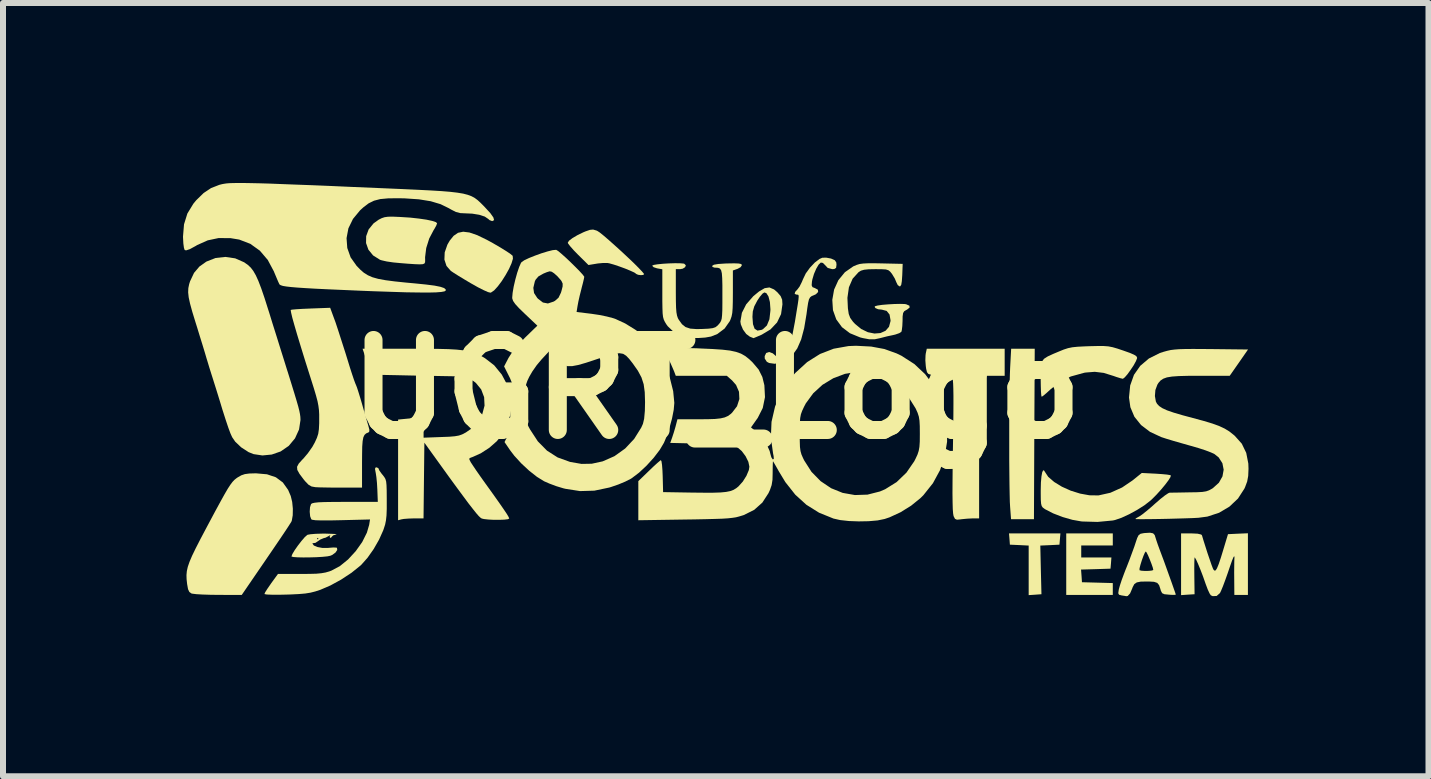
<source format=kicad_pcb>
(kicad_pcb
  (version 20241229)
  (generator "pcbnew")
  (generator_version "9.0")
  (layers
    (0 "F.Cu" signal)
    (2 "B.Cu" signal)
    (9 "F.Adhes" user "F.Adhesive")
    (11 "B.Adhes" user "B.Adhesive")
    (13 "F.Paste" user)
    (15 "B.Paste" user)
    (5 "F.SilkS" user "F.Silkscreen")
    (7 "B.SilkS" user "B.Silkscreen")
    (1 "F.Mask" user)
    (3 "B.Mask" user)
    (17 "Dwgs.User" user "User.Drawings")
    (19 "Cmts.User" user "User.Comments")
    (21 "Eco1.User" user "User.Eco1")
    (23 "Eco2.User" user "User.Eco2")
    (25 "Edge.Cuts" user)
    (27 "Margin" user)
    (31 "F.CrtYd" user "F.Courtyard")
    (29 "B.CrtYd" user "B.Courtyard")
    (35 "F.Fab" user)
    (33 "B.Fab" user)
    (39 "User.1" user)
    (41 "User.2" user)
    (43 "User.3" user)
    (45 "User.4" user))
  (footprint "UGRT_Logo"
    (layer "F.Cu")
    (at 8.89 3.438)
    (property "Reference" "UGRT_Logo" (at 0 0 0) (layer "F.SilkS") (effects (font (size 1.5 1.5) (thickness 0.3))))
    (attr board_only exclude_from_pos_files exclude_from_bom)
    (fp_poly (pts (xy 5.726 2.496) (xy 5.718 2.59) (xy 5.559 2.598) (xy 5.399 2.605) (xy 5.408 3.01) (xy 5.418 3.416) (xy 5.311 3.424) (xy 5.205 3.431) (xy 5.205 3.018) (xy 5.205 2.605) (xy 5.049 2.597) (xy 4.892 2.59) (xy 4.885 2.496) (xy 4.877 2.402) (xy 5.305 2.402) (xy 5.734 2.402)) (stroke (width 0) (type solid)) (fill yes) (layer "F.SilkS"))
    (fp_poly (pts (xy 5.299 0.744) (xy 5.293 2.165) (xy 5.102 2.165) (xy 4.911 2.165) (xy 4.896 1.964) (xy 4.891 1.879) (xy 4.888 1.751) (xy 4.885 1.588) (xy 4.883 1.397) (xy 4.881 1.186) (xy 4.881 0.961) (xy 4.881 0.73) (xy 4.881 0.5) (xy 4.883 0.28) (xy 4.885 0.076) (xy 4.888 -0.105) (xy 4.892 -0.255) (xy 4.896 -0.357) (xy 4.913 -0.676) (xy 5.109 -0.676) (xy 5.306 -0.676)) (stroke (width 0) (type solid)) (fill yes) (layer "F.SilkS"))
    (fp_poly (pts (xy 6.607 2.502) (xy 6.607 2.603) (xy 6.344 2.603) (xy 6.081 2.603) (xy 6.081 2.703) (xy 6.081 2.803) (xy 6.333 2.803) (xy 6.584 2.803) (xy 6.577 2.897) (xy 6.569 2.99) (xy 6.324 2.998) (xy 6.078 3.005) (xy 6.086 3.11) (xy 6.093 3.216) (xy 6.35 3.223) (xy 6.607 3.23) (xy 6.607 3.329) (xy 6.607 3.428) (xy 6.219 3.428) (xy 5.831 3.428) (xy 5.831 2.915) (xy 5.831 2.402) (xy 6.219 2.402) (xy 6.607 2.402)) (stroke (width 0) (type solid)) (fill yes) (layer "F.SilkS"))
    (fp_poly (pts (xy -4.116 -2.613) (xy -3.987 -2.569) (xy -3.828 -2.492) (xy -3.727 -2.437) (xy -3.614 -2.371) (xy -3.516 -2.311) (xy -3.441 -2.262) (xy -3.4 -2.229) (xy -3.395 -2.223) (xy -3.391 -2.176) (xy -3.414 -2.1) (xy -3.456 -2.006) (xy -3.513 -1.904) (xy -3.577 -1.803) (xy -3.643 -1.715) (xy -3.704 -1.648) (xy -3.755 -1.613) (xy -3.767 -1.61) (xy -3.807 -1.62) (xy -3.879 -1.652) (xy -3.974 -1.7) (xy -4.08 -1.76) (xy -4.081 -1.76) (xy -4.192 -1.826) (xy -4.295 -1.888) (xy -4.377 -1.94) (xy -4.425 -1.972) (xy -4.498 -2.055) (xy -4.533 -2.161) (xy -4.528 -2.282) (xy -4.483 -2.411) (xy -4.444 -2.478) (xy -4.379 -2.558) (xy -4.306 -2.608) (xy -4.22 -2.626)) (stroke (width 0) (type solid)) (fill yes) (layer "F.SilkS"))
    (fp_poly (pts (xy -5.276 -2.872) (xy -5.258 -2.871) (xy -5.102 -2.861) (xy -4.958 -2.845) (xy -4.833 -2.827) (xy -4.736 -2.806) (xy -4.674 -2.785) (xy -4.655 -2.767) (xy -4.668 -2.73) (xy -4.7 -2.672) (xy -4.713 -2.652) (xy -4.786 -2.513) (xy -4.836 -2.354) (xy -4.855 -2.202) (xy -4.855 -2.198) (xy -4.854 -2.151) (xy -4.855 -2.118) (xy -4.866 -2.096) (xy -4.893 -2.085) (xy -4.944 -2.082) (xy -5.026 -2.085) (xy -5.145 -2.093) (xy -5.268 -2.103) (xy -5.385 -2.114) (xy -5.494 -2.13) (xy -5.577 -2.149) (xy -5.606 -2.158) (xy -5.722 -2.231) (xy -5.8 -2.327) (xy -5.839 -2.437) (xy -5.837 -2.552) (xy -5.796 -2.664) (xy -5.714 -2.765) (xy -5.629 -2.826) (xy -5.578 -2.852) (xy -5.53 -2.868) (xy -5.472 -2.876) (xy -5.392 -2.877)) (stroke (width 0) (type solid)) (fill yes) (layer "F.SilkS"))
    (fp_poly (pts (xy -1.999 -2.646) (xy -1.982 -2.638) (xy -1.944 -2.613) (xy -1.878 -2.56) (xy -1.791 -2.485) (xy -1.691 -2.396) (xy -1.584 -2.299) (xy -1.478 -2.2) (xy -1.38 -2.107) (xy -1.298 -2.025) (xy -1.238 -1.962) (xy -1.207 -1.924) (xy -1.205 -1.921) (xy -1.218 -1.906) (xy -1.257 -1.902) (xy -1.304 -1.908) (xy -1.336 -1.922) (xy -1.338 -1.925) (xy -1.368 -1.946) (xy -1.434 -1.976) (xy -1.521 -2.012) (xy -1.617 -2.047) (xy -1.709 -2.078) (xy -1.784 -2.099) (xy -1.817 -2.105) (xy -1.886 -2.105) (xy -1.975 -2.097) (xy -2.011 -2.091) (xy -2.132 -2.071) (xy -2.305 -2.242) (xy -2.379 -2.318) (xy -2.437 -2.384) (xy -2.471 -2.429) (xy -2.477 -2.443) (xy -2.456 -2.476) (xy -2.398 -2.52) (xy -2.315 -2.569) (xy -2.216 -2.617) (xy -2.18 -2.632) (xy -2.107 -2.657) (xy -2.055 -2.662)) (stroke (width 0) (type solid)) (fill yes) (layer "F.SilkS"))
    (fp_poly (pts (xy 0.961 -1.664) (xy 1.016 -1.617) (xy 1.071 -1.553) (xy 1.096 -1.493) (xy 1.101 -1.416) (xy 1.078 -1.253) (xy 1.011 -1.113) (xy 0.901 -0.997) (xy 0.756 -0.91) (xy 0.684 -0.879) (xy 0.634 -0.858) (xy 0.619 -0.852) (xy 0.594 -0.862) (xy 0.557 -0.877) (xy 0.497 -0.922) (xy 0.443 -0.996) (xy 0.408 -1.08) (xy 0.4 -1.129) (xy 0.414 -1.207) (xy 0.601 -1.207) (xy 0.61 -1.085) (xy 0.637 -1.009) (xy 0.685 -0.978) (xy 0.753 -0.99) (xy 0.777 -1.002) (xy 0.842 -1.064) (xy 0.884 -1.167) (xy 0.9 -1.307) (xy 0.901 -1.331) (xy 0.892 -1.454) (xy 0.868 -1.547) (xy 0.833 -1.602) (xy 0.8 -1.614) (xy 0.769 -1.594) (xy 0.725 -1.542) (xy 0.682 -1.478) (xy 0.631 -1.381) (xy 0.607 -1.297) (xy 0.601 -1.207) (xy 0.414 -1.207) (xy 0.425 -1.274) (xy 0.497 -1.416) (xy 0.615 -1.551) (xy 0.711 -1.63) (xy 0.805 -1.685) (xy 0.884 -1.697)) (stroke (width 0) (type solid)) (fill yes) (layer "F.SilkS"))
    (fp_poly (pts (xy 4.805 -0.45) (xy 4.805 -0.225) (xy 4.592 -0.225) (xy 4.379 -0.225) (xy 4.379 0.963) (xy 4.379 2.152) (xy 4.273 2.152) (xy 4.178 2.157) (xy 4.085 2.166) (xy 4.073 2.168) (xy 4.01 2.174) (xy 3.977 2.16) (xy 3.954 2.115) (xy 3.953 2.112) (xy 3.946 2.073) (xy 3.94 1.999) (xy 3.937 1.886) (xy 3.935 1.733) (xy 3.936 1.538) (xy 3.938 1.297) (xy 3.942 1.009) (xy 3.943 0.95) (xy 3.947 0.673) (xy 3.95 0.443) (xy 3.951 0.254) (xy 3.951 0.105) (xy 3.949 -0.011) (xy 3.946 -0.095) (xy 3.941 -0.153) (xy 3.934 -0.188) (xy 3.93 -0.198) (xy 3.906 -0.232) (xy 3.873 -0.247) (xy 3.814 -0.247) (xy 3.769 -0.243) (xy 3.68 -0.238) (xy 3.601 -0.239) (xy 3.573 -0.243) (xy 3.533 -0.256) (xy 3.51 -0.285) (xy 3.496 -0.343) (xy 3.49 -0.388) (xy 3.483 -0.481) (xy 3.486 -0.566) (xy 3.49 -0.598) (xy 3.507 -0.676) (xy 4.156 -0.676) (xy 4.805 -0.676)) (stroke (width 0) (type solid)) (fill yes) (layer "F.SilkS"))
    (fp_poly (pts (xy 5.466 1.359) (xy 5.472 1.371) (xy 5.531 1.46) (xy 5.63 1.545) (xy 5.759 1.624) (xy 5.906 1.69) (xy 6.063 1.739) (xy 6.218 1.767) (xy 6.361 1.769) (xy 6.369 1.769) (xy 6.566 1.725) (xy 6.762 1.637) (xy 6.935 1.52) (xy 7.09 1.395) (xy 7.325 1.407) (xy 7.428 1.414) (xy 7.512 1.422) (xy 7.564 1.431) (xy 7.574 1.435) (xy 7.569 1.462) (xy 7.535 1.517) (xy 7.48 1.59) (xy 7.411 1.673) (xy 7.334 1.758) (xy 7.256 1.836) (xy 7.234 1.856) (xy 7.135 1.933) (xy 7.012 2.011) (xy 6.88 2.083) (xy 6.752 2.142) (xy 6.644 2.179) (xy 6.607 2.187) (xy 6.353 2.211) (xy 6.106 2.204) (xy 6.081 2.202) (xy 5.934 2.176) (xy 5.77 2.129) (xy 5.612 2.068) (xy 5.48 2) (xy 5.467 1.991) (xy 5.44 1.971) (xy 5.422 1.946) (xy 5.412 1.906) (xy 5.407 1.84) (xy 5.406 1.74) (xy 5.406 1.682) (xy 5.409 1.554) (xy 5.418 1.452) (xy 5.431 1.382) (xy 5.448 1.349)) (stroke (width 0) (type solid)) (fill yes) (layer "F.SilkS"))
    (fp_poly (pts (xy 6.454 -0.721) (xy 6.533 -0.715) (xy 6.605 -0.701) (xy 6.684 -0.678) (xy 6.782 -0.645) (xy 6.892 -0.606) (xy 6.961 -0.576) (xy 6.999 -0.552) (xy 7.012 -0.528) (xy 7.011 -0.515) (xy 6.992 -0.467) (xy 6.954 -0.398) (xy 6.904 -0.323) (xy 6.853 -0.252) (xy 6.807 -0.199) (xy 6.776 -0.175) (xy 6.774 -0.175) (xy 6.735 -0.184) (xy 6.667 -0.205) (xy 6.619 -0.222) (xy 6.455 -0.273) (xy 6.307 -0.291) (xy 6.155 -0.279) (xy 6.131 -0.275) (xy 5.906 -0.213) (xy 5.71 -0.112) (xy 5.572 -0.001) (xy 5.505 0.06) (xy 5.452 0.105) (xy 5.423 0.125) (xy 5.422 0.125) (xy 5.415 0.102) (xy 5.41 0.038) (xy 5.407 -0.057) (xy 5.405 -0.172) (xy 5.405 -0.175) (xy 5.405 -0.306) (xy 5.41 -0.398) (xy 5.426 -0.462) (xy 5.461 -0.508) (xy 5.522 -0.547) (xy 5.615 -0.59) (xy 5.706 -0.628) (xy 5.789 -0.662) (xy 5.86 -0.685) (xy 5.933 -0.7) (xy 6.021 -0.709) (xy 6.139 -0.715) (xy 6.219 -0.718) (xy 6.354 -0.721)) (stroke (width 0) (type solid)) (fill yes) (layer "F.SilkS"))
    (fp_poly (pts (xy -7.49 1.417) (xy -7.342 1.467) (xy -7.226 1.553) (xy -7.138 1.677) (xy -7.094 1.779) (xy -7.07 1.878) (xy -7.059 1.991) (xy -7.061 2.1) (xy -7.076 2.187) (xy -7.085 2.21) (xy -7.107 2.244) (xy -7.152 2.314) (xy -7.218 2.413) (xy -7.301 2.536) (xy -7.397 2.677) (xy -7.501 2.829) (xy -7.513 2.847) (xy -7.911 3.428) (xy -8.304 3.427) (xy -8.443 3.425) (xy -8.567 3.421) (xy -8.668 3.415) (xy -8.733 3.407) (xy -8.75 3.403) (xy -8.784 3.379) (xy -8.806 3.332) (xy -8.821 3.248) (xy -8.822 3.24) (xy -8.83 3.166) (xy -8.832 3.098) (xy -8.826 3.031) (xy -8.81 2.959) (xy -8.781 2.875) (xy -8.738 2.774) (xy -8.678 2.65) (xy -8.599 2.496) (xy -8.499 2.307) (xy -8.45 2.215) (xy -8.347 2.022) (xy -8.263 1.868) (xy -8.197 1.749) (xy -8.144 1.658) (xy -8.101 1.592) (xy -8.065 1.544) (xy -8.033 1.51) (xy -8.002 1.485) (xy -7.981 1.47) (xy -7.918 1.434) (xy -7.859 1.414) (xy -7.785 1.404) (xy -7.68 1.401) (xy -7.673 1.401)) (stroke (width 0) (type solid)) (fill yes) (layer "F.SilkS"))
    (fp_poly (pts (xy -6.511 2.406) (xy -6.417 2.409) (xy -6.354 2.412) (xy -6.328 2.417) (xy -6.337 2.42) (xy -6.387 2.435) (xy -6.406 2.454) (xy -6.426 2.477) (xy -6.433 2.477) (xy -6.446 2.461) (xy -6.441 2.446) (xy -6.433 2.428) (xy -6.458 2.444) (xy -6.513 2.473) (xy -6.544 2.481) (xy -6.602 2.505) (xy -6.642 2.533) (xy -6.685 2.561) (xy -6.71 2.563) (xy -6.731 2.567) (xy -6.732 2.573) (xy -6.709 2.604) (xy -6.65 2.629) (xy -6.57 2.644) (xy -6.481 2.645) (xy -6.46 2.643) (xy -6.387 2.637) (xy -6.336 2.639) (xy -6.324 2.643) (xy -6.319 2.678) (xy -6.348 2.721) (xy -6.402 2.761) (xy -6.435 2.775) (xy -6.485 2.785) (xy -6.567 2.793) (xy -6.668 2.799) (xy -6.778 2.802) (xy -6.886 2.803) (xy -6.979 2.801) (xy -7.048 2.796) (xy -7.081 2.788) (xy -7.082 2.786) (xy -7.067 2.746) (xy -7.028 2.681) (xy -6.974 2.604) (xy -6.915 2.528) (xy -6.882 2.49) (xy -6.657 2.49) (xy -6.644 2.502) (xy -6.632 2.49) (xy -6.644 2.477) (xy -6.657 2.49) (xy -6.882 2.49) (xy -6.861 2.465) (xy -6.82 2.429) (xy -6.813 2.425) (xy -6.763 2.416) (xy -6.676 2.409) (xy -6.57 2.406)) (stroke (width 0) (type solid)) (fill yes) (layer "F.SilkS"))
    (fp_poly (pts (xy 8.859 2.914) (xy 8.859 3.428) (xy 8.746 3.428) (xy 8.633 3.428) (xy 8.631 3.172) (xy 8.63 3.055) (xy 8.631 2.949) (xy 8.632 2.869) (xy 8.633 2.84) (xy 8.635 2.796) (xy 8.63 2.782) (xy 8.617 2.801) (xy 8.594 2.857) (xy 8.56 2.954) (xy 8.522 3.066) (xy 8.481 3.181) (xy 8.443 3.283) (xy 8.411 3.36) (xy 8.393 3.397) (xy 8.338 3.445) (xy 8.272 3.448) (xy 8.241 3.434) (xy 8.22 3.403) (xy 8.189 3.336) (xy 8.156 3.248) (xy 8.149 3.228) (xy 8.11 3.117) (xy 8.069 3.01) (xy 8.03 2.915) (xy 7.998 2.844) (xy 7.976 2.806) (xy 7.971 2.803) (xy 7.968 2.826) (xy 7.966 2.89) (xy 7.965 2.985) (xy 7.966 3.101) (xy 7.966 3.109) (xy 7.97 3.416) (xy 7.858 3.423) (xy 7.745 3.431) (xy 7.745 2.917) (xy 7.745 2.402) (xy 7.915 2.402) (xy 8.021 2.407) (xy 8.08 2.421) (xy 8.093 2.434) (xy 8.118 2.518) (xy 8.151 2.622) (xy 8.186 2.732) (xy 8.222 2.837) (xy 8.252 2.925) (xy 8.275 2.985) (xy 8.283 3.003) (xy 8.302 3.023) (xy 8.322 3.018) (xy 8.344 2.983) (xy 8.373 2.912) (xy 8.41 2.801) (xy 8.44 2.703) (xy 8.527 2.415) (xy 8.693 2.407) (xy 8.859 2.4)) (stroke (width 0) (type solid)) (fill yes) (layer "F.SilkS"))
    (fp_poly (pts (xy -8.02 -2.182) (xy -7.87 -2.116) (xy -7.807 -2.071) (xy -7.76 -2.027) (xy -7.718 -1.972) (xy -7.676 -1.899) (xy -7.633 -1.804) (xy -7.585 -1.679) (xy -7.53 -1.518) (xy -7.466 -1.316) (xy -7.457 -1.289) (xy -7.397 -1.094) (xy -7.331 -0.885) (xy -7.266 -0.676) (xy -7.205 -0.482) (xy -7.154 -0.318) (xy -7.144 -0.288) (xy -7.082 -0.088) (xy -7.033 0.071) (xy -6.996 0.194) (xy -6.969 0.288) (xy -6.951 0.36) (xy -6.94 0.415) (xy -6.934 0.459) (xy -6.932 0.499) (xy -6.932 0.514) (xy -6.956 0.671) (xy -7.023 0.818) (xy -7.127 0.943) (xy -7.262 1.036) (xy -7.264 1.037) (xy -7.411 1.088) (xy -7.566 1.103) (xy -7.713 1.081) (xy -7.796 1.048) (xy -7.92 0.968) (xy -8.02 0.873) (xy -8.071 0.798) (xy -8.099 0.736) (xy -8.134 0.642) (xy -8.178 0.511) (xy -8.233 0.339) (xy -8.271 0.213) (xy -8.308 0.093) (xy -8.346 -0.029) (xy -8.378 -0.13) (xy -8.385 -0.153) (xy -8.415 -0.247) (xy -8.452 -0.365) (xy -8.488 -0.485) (xy -8.494 -0.503) (xy -8.523 -0.602) (xy -8.563 -0.734) (xy -8.61 -0.885) (xy -8.658 -1.042) (xy -8.682 -1.118) (xy -8.735 -1.291) (xy -8.772 -1.426) (xy -8.795 -1.531) (xy -8.804 -1.615) (xy -8.801 -1.686) (xy -8.787 -1.753) (xy -8.772 -1.8) (xy -8.706 -1.94) (xy -8.616 -2.046) (xy -8.5 -2.128) (xy -8.347 -2.188) (xy -8.183 -2.206)) (stroke (width 0) (type solid)) (fill yes) (layer "F.SilkS"))
    (fp_poly (pts (xy 1.905 -2.18) (xy 1.913 -2.178) (xy 1.973 -2.151) (xy 1.998 -2.115) (xy 2.002 -2.075) (xy 1.995 -2.023) (xy 1.965 -2.004) (xy 1.93 -2.002) (xy 1.855 -2.023) (xy 1.817 -2.064) (xy 1.775 -2.106) (xy 1.74 -2.112) (xy 1.704 -2.077) (xy 1.664 -2.009) (xy 1.627 -1.923) (xy 1.6 -1.832) (xy 1.593 -1.796) (xy 1.588 -1.733) (xy 1.602 -1.702) (xy 1.641 -1.687) (xy 1.691 -1.66) (xy 1.696 -1.622) (xy 1.659 -1.584) (xy 1.627 -1.569) (xy 1.588 -1.553) (xy 1.562 -1.532) (xy 1.543 -1.498) (xy 1.529 -1.44) (xy 1.515 -1.35) (xy 1.502 -1.251) (xy 1.463 -1.018) (xy 1.413 -0.83) (xy 1.348 -0.681) (xy 1.267 -0.568) (xy 1.178 -0.492) (xy 1.076 -0.444) (xy 0.971 -0.425) (xy 0.879 -0.438) (xy 0.841 -0.458) (xy 0.806 -0.512) (xy 0.805 -0.552) (xy 0.83 -0.605) (xy 0.879 -0.621) (xy 0.94 -0.599) (xy 0.983 -0.562) (xy 1.028 -0.52) (xy 1.061 -0.512) (xy 1.098 -0.529) (xy 1.147 -0.576) (xy 1.192 -0.654) (xy 1.232 -0.768) (xy 1.27 -0.921) (xy 1.308 -1.12) (xy 1.314 -1.156) (xy 1.339 -1.31) (xy 1.357 -1.42) (xy 1.368 -1.496) (xy 1.372 -1.542) (xy 1.37 -1.566) (xy 1.362 -1.576) (xy 1.349 -1.577) (xy 1.339 -1.577) (xy 1.305 -1.589) (xy 1.313 -1.623) (xy 1.35 -1.663) (xy 1.386 -1.711) (xy 1.424 -1.787) (xy 1.444 -1.835) (xy 1.49 -1.931) (xy 1.56 -2.027) (xy 1.64 -2.112) (xy 1.719 -2.172) (xy 1.765 -2.192) (xy 1.829 -2.194)) (stroke (width 0) (type solid)) (fill yes) (layer "F.SilkS"))
    (fp_poly (pts (xy -6.386 -1.219) (xy -6.349 -1.119) (xy -6.304 -0.983) (xy -6.248 -0.809) (xy -6.179 -0.594) (xy -6.106 -0.357) (xy -6.071 -0.249) (xy -6.04 -0.157) (xy -6.016 -0.093) (xy -6.007 -0.072) (xy -5.991 -0.032) (xy -5.966 0.045) (xy -5.935 0.146) (xy -5.907 0.241) (xy -5.873 0.362) (xy -5.84 0.476) (xy -5.813 0.567) (xy -5.8 0.611) (xy -5.783 0.677) (xy -5.787 0.71) (xy -5.801 0.72) (xy -5.838 0.736) (xy -5.865 0.761) (xy -5.884 0.801) (xy -5.896 0.865) (xy -5.903 0.958) (xy -5.905 1.089) (xy -5.906 1.222) (xy -5.906 1.639) (xy -6.25 1.639) (xy -6.385 1.639) (xy -6.511 1.637) (xy -6.613 1.635) (xy -6.681 1.632) (xy -6.688 1.631) (xy -6.748 1.62) (xy -6.798 1.591) (xy -6.853 1.534) (xy -6.881 1.5) (xy -6.949 1.409) (xy -6.985 1.344) (xy -6.989 1.292) (xy -6.961 1.239) (xy -6.902 1.173) (xy -6.888 1.16) (xy -6.81 1.068) (xy -6.734 0.96) (xy -6.694 0.888) (xy -6.658 0.81) (xy -6.636 0.742) (xy -6.625 0.666) (xy -6.62 0.567) (xy -6.62 0.5) (xy -6.62 0.418) (xy -6.624 0.346) (xy -6.633 0.276) (xy -6.648 0.198) (xy -6.673 0.104) (xy -6.709 -0.017) (xy -6.758 -0.172) (xy -6.779 -0.238) (xy -6.858 -0.488) (xy -6.927 -0.712) (xy -6.986 -0.906) (xy -7.033 -1.067) (xy -7.068 -1.192) (xy -7.088 -1.277) (xy -7.095 -1.32) (xy -7.093 -1.323) (xy -7.066 -1.328) (xy -6.997 -1.334) (xy -6.899 -1.34) (xy -6.779 -1.345) (xy -6.76 -1.346) (xy -6.437 -1.358)) (stroke (width 0) (type solid)) (fill yes) (layer "F.SilkS"))
    (fp_poly (pts (xy 7.279 2.401) (xy 7.306 2.431) (xy 7.315 2.46) (xy 7.331 2.511) (xy 7.358 2.591) (xy 7.39 2.678) (xy 7.421 2.761) (xy 7.46 2.865) (xy 7.502 2.982) (xy 7.545 3.102) (xy 7.586 3.216) (xy 7.62 3.313) (xy 7.645 3.384) (xy 7.657 3.421) (xy 7.657 3.423) (xy 7.635 3.427) (xy 7.578 3.426) (xy 7.54 3.423) (xy 7.468 3.416) (xy 7.43 3.399) (xy 7.409 3.36) (xy 7.4 3.328) (xy 7.379 3.265) (xy 7.348 3.227) (xy 7.294 3.209) (xy 7.206 3.204) (xy 7.178 3.204) (xy 7.073 3.206) (xy 7.007 3.219) (xy 6.966 3.247) (xy 6.939 3.297) (xy 6.929 3.324) (xy 6.895 3.403) (xy 6.856 3.445) (xy 6.832 3.449) (xy 6.8 3.443) (xy 6.754 3.436) (xy 6.712 3.425) (xy 6.698 3.4) (xy 6.706 3.345) (xy 6.708 3.333) (xy 6.725 3.272) (xy 6.756 3.178) (xy 6.797 3.067) (xy 6.817 3.015) (xy 7.052 3.015) (xy 7.053 3.016) (xy 7.084 3.024) (xy 7.141 3.028) (xy 7.206 3.027) (xy 7.259 3.021) (xy 7.282 3.012) (xy 7.282 3.012) (xy 7.274 2.974) (xy 7.252 2.91) (xy 7.223 2.836) (xy 7.194 2.767) (xy 7.169 2.718) (xy 7.157 2.703) (xy 7.141 2.724) (xy 7.117 2.779) (xy 7.091 2.851) (xy 7.068 2.925) (xy 7.053 2.984) (xy 7.052 3.015) (xy 6.817 3.015) (xy 6.832 2.978) (xy 6.881 2.853) (xy 6.928 2.726) (xy 6.968 2.616) (xy 6.986 2.561) (xy 7.014 2.478) (xy 7.038 2.431) (xy 7.068 2.409) (xy 7.116 2.399) (xy 7.14 2.396) (xy 7.228 2.391)) (stroke (width 0) (type solid)) (fill yes) (layer "F.SilkS"))
    (fp_poly (pts (xy -5.634 1.314) (xy -5.631 1.324) (xy -5.616 1.356) (xy -5.578 1.409) (xy -5.562 1.428) (xy -5.535 1.463) (xy -5.516 1.496) (xy -5.504 1.538) (xy -5.498 1.598) (xy -5.495 1.686) (xy -5.494 1.813) (xy -5.494 1.85) (xy -5.494 1.995) (xy -5.498 2.102) (xy -5.507 2.185) (xy -5.521 2.255) (xy -5.544 2.326) (xy -5.553 2.352) (xy -5.622 2.506) (xy -5.712 2.663) (xy -5.814 2.808) (xy -5.916 2.923) (xy -5.933 2.939) (xy -6.081 3.058) (xy -6.254 3.172) (xy -6.433 3.27) (xy -6.6 3.342) (xy -6.6 3.342) (xy -6.686 3.37) (xy -6.765 3.39) (xy -6.852 3.404) (xy -6.957 3.413) (xy -7.095 3.42) (xy -7.163 3.422) (xy -7.301 3.425) (xy -7.413 3.424) (xy -7.491 3.421) (xy -7.53 3.414) (xy -7.532 3.411) (xy -7.519 3.381) (xy -7.482 3.323) (xy -7.43 3.248) (xy -7.42 3.233) (xy -7.307 3.078) (xy -6.934 3.078) (xy -6.782 3.077) (xy -6.669 3.074) (xy -6.584 3.066) (xy -6.515 3.054) (xy -6.452 3.036) (xy -6.415 3.022) (xy -6.276 2.948) (xy -6.138 2.836) (xy -6.011 2.698) (xy -5.903 2.546) (xy -5.825 2.39) (xy -5.787 2.259) (xy -5.773 2.17) (xy -6.252 2.182) (xy -6.441 2.186) (xy -6.583 2.186) (xy -6.68 2.183) (xy -6.736 2.175) (xy -6.752 2.167) (xy -6.771 2.116) (xy -6.778 2.041) (xy -6.773 1.966) (xy -6.756 1.914) (xy -6.755 1.912) (xy -6.735 1.9) (xy -6.696 1.891) (xy -6.631 1.884) (xy -6.534 1.88) (xy -6.4 1.878) (xy -6.223 1.877) (xy -6.184 1.877) (xy -5.643 1.877) (xy -5.651 1.67) (xy -5.657 1.562) (xy -5.667 1.463) (xy -5.678 1.391) (xy -5.68 1.383) (xy -5.69 1.326) (xy -5.679 1.303) (xy -5.666 1.301)) (stroke (width 0) (type solid)) (fill yes) (layer "F.SilkS"))
    (fp_poly (pts (xy 2.646 -2.1) (xy 2.752 -2.098) (xy 3.105 -2.09) (xy 3.098 -1.902) (xy 3.091 -1.801) (xy 3.081 -1.741) (xy 3.064 -1.716) (xy 3.055 -1.714) (xy 3.023 -1.736) (xy 3.001 -1.78) (xy 2.974 -1.845) (xy 2.931 -1.916) (xy 2.926 -1.924) (xy 2.896 -1.961) (xy 2.867 -1.984) (xy 2.825 -1.997) (xy 2.758 -2.001) (xy 2.654 -2.002) (xy 2.651 -2.002) (xy 2.538 -2) (xy 2.462 -1.992) (xy 2.41 -1.977) (xy 2.37 -1.952) (xy 2.271 -1.843) (xy 2.209 -1.7) (xy 2.184 -1.524) (xy 2.192 -1.349) (xy 2.206 -1.255) (xy 2.231 -1.189) (xy 2.276 -1.127) (xy 2.312 -1.088) (xy 2.415 -1.004) (xy 2.525 -0.951) (xy 2.635 -0.929) (xy 2.735 -0.937) (xy 2.819 -0.975) (xy 2.877 -1.041) (xy 2.902 -1.134) (xy 2.903 -1.149) (xy 2.886 -1.246) (xy 2.838 -1.306) (xy 2.758 -1.327) (xy 2.757 -1.327) (xy 2.695 -1.334) (xy 2.651 -1.353) (xy 2.637 -1.374) (xy 2.647 -1.385) (xy 2.688 -1.396) (xy 2.764 -1.407) (xy 2.861 -1.415) (xy 2.965 -1.421) (xy 3.061 -1.423) (xy 3.135 -1.421) (xy 3.163 -1.417) (xy 3.217 -1.393) (xy 3.221 -1.362) (xy 3.177 -1.327) (xy 3.166 -1.322) (xy 3.131 -1.301) (xy 3.112 -1.27) (xy 3.104 -1.214) (xy 3.103 -1.141) (xy 3.099 -1.055) (xy 3.091 -0.987) (xy 3.083 -0.957) (xy 3.048 -0.935) (xy 2.982 -0.912) (xy 2.939 -0.902) (xy 2.845 -0.882) (xy 2.755 -0.859) (xy 2.728 -0.852) (xy 2.638 -0.833) (xy 2.549 -0.833) (xy 2.441 -0.853) (xy 2.394 -0.865) (xy 2.226 -0.934) (xy 2.093 -1.035) (xy 1.998 -1.165) (xy 1.943 -1.319) (xy 1.932 -1.49) (xy 1.962 -1.661) (xy 2.033 -1.818) (xy 2.142 -1.951) (xy 2.281 -2.048) (xy 2.29 -2.052) (xy 2.339 -2.073) (xy 2.388 -2.088) (xy 2.449 -2.096) (xy 2.531 -2.1)) (stroke (width 0) (type solid)) (fill yes) (layer "F.SilkS"))
    (fp_poly (pts (xy -0.605 -2.1) (xy -0.546 -2.095) (xy -0.534 -2.091) (xy -0.509 -2.066) (xy -0.521 -2.035) (xy -0.56 -2.01) (xy -0.603 -2.002) (xy -0.676 -2.002) (xy -0.676 -1.62) (xy -0.675 -1.47) (xy -0.672 -1.36) (xy -0.666 -1.283) (xy -0.656 -1.228) (xy -0.642 -1.186) (xy -0.627 -1.159) (xy -0.573 -1.084) (xy -0.514 -1.037) (xy -0.436 -1.011) (xy -0.33 -1.003) (xy -0.236 -1.005) (xy -0.13 -1.01) (xy -0.061 -1.019) (xy -0.016 -1.034) (xy 0.018 -1.06) (xy 0.04 -1.084) (xy 0.062 -1.111) (xy 0.078 -1.14) (xy 0.089 -1.179) (xy 0.095 -1.236) (xy 0.099 -1.319) (xy 0.1 -1.436) (xy 0.1 -1.575) (xy 0.1 -1.736) (xy 0.097 -1.853) (xy 0.091 -1.933) (xy 0.079 -1.984) (xy 0.059 -2.012) (xy 0.029 -2.024) (xy -0.012 -2.027) (xy -0.029 -2.027) (xy -0.066 -2.039) (xy -0.069 -2.058) (xy -0.041 -2.076) (xy 0.031 -2.088) (xy 0.149 -2.096) (xy 0.183 -2.097) (xy 0.298 -2.099) (xy 0.371 -2.096) (xy 0.411 -2.088) (xy 0.425 -2.073) (xy 0.425 -2.068) (xy 0.404 -2.035) (xy 0.353 -2.007) (xy 0.35 -2.006) (xy 0.275 -1.98) (xy 0.275 -1.611) (xy 0.274 -1.461) (xy 0.271 -1.352) (xy 0.265 -1.273) (xy 0.253 -1.213) (xy 0.236 -1.164) (xy 0.224 -1.136) (xy 0.137 -1.012) (xy 0.016 -0.921) (xy -0.089 -0.879) (xy -0.185 -0.862) (xy -0.305 -0.854) (xy -0.426 -0.856) (xy -0.527 -0.868) (xy -0.554 -0.875) (xy -0.698 -0.943) (xy -0.81 -1.05) (xy -0.835 -1.084) (xy -0.859 -1.124) (xy -0.877 -1.162) (xy -0.889 -1.206) (xy -0.896 -1.266) (xy -0.899 -1.35) (xy -0.901 -1.469) (xy -0.901 -1.593) (xy -0.901 -2) (xy -0.99 -2.016) (xy -1.045 -2.034) (xy -1.069 -2.057) (xy -1.069 -2.061) (xy -1.042 -2.073) (xy -0.978 -2.083) (xy -0.889 -2.092) (xy -0.789 -2.098) (xy -0.69 -2.101)) (stroke (width 0) (type solid)) (fill yes) (layer "F.SilkS"))
    (fp_poly (pts (xy 8.111 -0.671) (xy 8.245 -0.67) (xy 8.861 -0.663) (xy 8.709 -0.444) (xy 8.556 -0.225) (xy 8.054 -0.225) (xy 7.86 -0.224) (xy 7.708 -0.22) (xy 7.594 -0.212) (xy 7.509 -0.198) (xy 7.448 -0.176) (xy 7.403 -0.146) (xy 7.368 -0.106) (xy 7.35 -0.077) (xy 7.317 0.012) (xy 7.309 0.113) (xy 7.325 0.205) (xy 7.344 0.241) (xy 7.379 0.279) (xy 7.433 0.315) (xy 7.511 0.351) (xy 7.621 0.389) (xy 7.767 0.432) (xy 7.942 0.479) (xy 8.126 0.529) (xy 8.269 0.572) (xy 8.381 0.613) (xy 8.471 0.655) (xy 8.548 0.702) (xy 8.62 0.759) (xy 8.64 0.776) (xy 8.757 0.907) (xy 8.831 1.06) (xy 8.866 1.239) (xy 8.869 1.326) (xy 8.864 1.444) (xy 8.847 1.537) (xy 8.813 1.628) (xy 8.8 1.657) (xy 8.694 1.821) (xy 8.551 1.956) (xy 8.379 2.058) (xy 8.184 2.122) (xy 8.033 2.142) (xy 7.937 2.147) (xy 7.815 2.151) (xy 7.678 2.155) (xy 7.533 2.159) (xy 7.389 2.162) (xy 7.255 2.164) (xy 7.138 2.165) (xy 7.049 2.165) (xy 6.994 2.164) (xy 6.982 2.162) (xy 7.001 2.146) (xy 7.049 2.119) (xy 7.051 2.118) (xy 7.098 2.086) (xy 7.17 2.029) (xy 7.256 1.956) (xy 7.314 1.904) (xy 7.399 1.83) (xy 7.474 1.771) (xy 7.529 1.734) (xy 7.552 1.724) (xy 7.593 1.723) (xy 7.673 1.722) (xy 7.778 1.72) (xy 7.885 1.718) (xy 8.012 1.716) (xy 8.101 1.711) (xy 8.163 1.701) (xy 8.211 1.684) (xy 8.257 1.659) (xy 8.275 1.648) (xy 8.375 1.558) (xy 8.435 1.452) (xy 8.455 1.341) (xy 8.434 1.233) (xy 8.372 1.136) (xy 8.3 1.079) (xy 8.244 1.053) (xy 8.152 1.018) (xy 8.036 0.98) (xy 7.908 0.943) (xy 7.893 0.939) (xy 7.756 0.9) (xy 7.62 0.861) (xy 7.501 0.825) (xy 7.415 0.797) (xy 7.415 0.797) (xy 7.228 0.71) (xy 7.078 0.596) (xy 6.967 0.458) (xy 6.9 0.299) (xy 6.877 0.137) (xy 6.897 -0.064) (xy 6.96 -0.241) (xy 7.065 -0.391) (xy 7.209 -0.513) (xy 7.391 -0.604) (xy 7.456 -0.625) (xy 7.514 -0.641) (xy 7.572 -0.654) (xy 7.636 -0.662) (xy 7.714 -0.668) (xy 7.814 -0.671) (xy 7.944 -0.672)) (stroke (width 0) (type solid)) (fill yes) (layer "F.SilkS"))
    (fp_poly (pts (xy -4.843 -0.675) (xy -4.636 -0.673) (xy -4.467 -0.669) (xy -4.33 -0.661) (xy -4.218 -0.649) (xy -4.127 -0.633) (xy -4.049 -0.612) (xy -3.979 -0.584) (xy -3.91 -0.549) (xy -3.857 -0.518) (xy -3.704 -0.4) (xy -3.577 -0.245) (xy -3.48 -0.063) (xy -3.421 0.136) (xy -3.411 0.203) (xy -3.414 0.31) (xy -3.439 0.441) (xy -3.484 0.579) (xy -3.541 0.707) (xy -3.568 0.753) (xy -3.66 0.866) (xy -3.784 0.975) (xy -3.926 1.067) (xy -4.069 1.131) (xy -4.087 1.137) (xy -4.115 1.149) (xy -4.117 1.171) (xy -4.093 1.218) (xy -4.087 1.227) (xy -4.056 1.274) (xy -4.003 1.353) (xy -3.934 1.452) (xy -3.855 1.563) (xy -3.831 1.596) (xy -3.709 1.766) (xy -3.615 1.899) (xy -3.545 2) (xy -3.496 2.073) (xy -3.467 2.121) (xy -3.454 2.149) (xy -3.453 2.155) (xy -3.476 2.166) (xy -3.536 2.173) (xy -3.618 2.176) (xy -3.711 2.176) (xy -3.801 2.171) (xy -3.874 2.163) (xy -3.911 2.154) (xy -3.931 2.141) (xy -3.961 2.113) (xy -4.002 2.066) (xy -4.057 1.997) (xy -4.129 1.905) (xy -4.218 1.785) (xy -4.328 1.636) (xy -4.461 1.454) (xy -4.618 1.236) (xy -4.778 1.014) (xy -4.867 0.89) (xy -4.874 1.521) (xy -4.881 2.152) (xy -5.037 2.152) (xy -5.129 2.155) (xy -5.209 2.161) (xy -5.249 2.168) (xy -5.305 2.183) (xy -5.305 1.344) (xy -5.305 0.505) (xy -5.12 0.487) (xy -5.026 0.481) (xy -4.951 0.48) (xy -4.909 0.486) (xy -4.907 0.487) (xy -4.893 0.519) (xy -4.883 0.585) (xy -4.88 0.655) (xy -4.88 0.807) (xy -4.584 0.796) (xy -4.453 0.791) (xy -4.359 0.783) (xy -4.291 0.771) (xy -4.237 0.752) (xy -4.184 0.724) (xy -4.177 0.721) (xy -4.061 0.64) (xy -3.977 0.551) (xy -3.911 0.435) (xy -3.902 0.415) (xy -3.864 0.273) (xy -3.871 0.132) (xy -3.92 0.003) (xy -4.009 -0.106) (xy -4.056 -0.142) (xy -4.163 -0.213) (xy -4.965 -0.227) (xy -5.161 -0.231) (xy -5.339 -0.235) (xy -5.495 -0.238) (xy -5.621 -0.241) (xy -5.714 -0.244) (xy -5.765 -0.245) (xy -5.774 -0.246) (xy -5.78 -0.271) (xy -5.781 -0.294) (xy -5.789 -0.339) (xy -5.81 -0.414) (xy -5.839 -0.505) (xy -5.84 -0.507) (xy -5.897 -0.676) (xy -5.093 -0.676)) (stroke (width 0) (type solid)) (fill yes) (layer "F.SilkS"))
    (fp_poly (pts (xy -7.879 -3.438) (xy -7.761 -3.436) (xy -7.617 -3.433) (xy -7.446 -3.428) (xy -7.243 -3.42) (xy -7.006 -3.411) (xy -6.733 -3.401) (xy -6.419 -3.388) (xy -6.062 -3.372) (xy -5.659 -3.355) (xy -5.543 -3.35) (xy -5.24 -3.337) (xy -4.982 -3.325) (xy -4.765 -3.314) (xy -4.585 -3.303) (xy -4.438 -3.291) (xy -4.318 -3.277) (xy -4.221 -3.261) (xy -4.144 -3.241) (xy -4.08 -3.217) (xy -4.027 -3.188) (xy -3.98 -3.153) (xy -3.934 -3.111) (xy -3.884 -3.061) (xy -3.86 -3.036) (xy -3.768 -2.936) (xy -3.717 -2.864) (xy -3.705 -2.819) (xy -3.735 -2.803) (xy -3.738 -2.803) (xy -3.782 -2.82) (xy -3.804 -2.84) (xy -3.86 -2.878) (xy -3.952 -2.908) (xy -4.068 -2.927) (xy -4.179 -2.932) (xy -4.267 -2.936) (xy -4.342 -2.955) (xy -4.424 -2.997) (xy -4.46 -3.018) (xy -4.597 -3.085) (xy -4.761 -3.134) (xy -4.959 -3.166) (xy -5.196 -3.182) (xy -5.305 -3.184) (xy -5.472 -3.182) (xy -5.602 -3.17) (xy -5.706 -3.143) (xy -5.796 -3.099) (xy -5.884 -3.032) (xy -5.939 -2.982) (xy -6.057 -2.839) (xy -6.133 -2.683) (xy -6.164 -2.519) (xy -6.152 -2.355) (xy -6.096 -2.198) (xy -5.997 -2.058) (xy -5.934 -1.993) (xy -5.874 -1.941) (xy -5.808 -1.9) (xy -5.732 -1.867) (xy -5.636 -1.84) (xy -5.516 -1.818) (xy -5.363 -1.798) (xy -5.172 -1.778) (xy -5.03 -1.765) (xy -4.842 -1.746) (xy -4.7 -1.728) (xy -4.6 -1.708) (xy -4.538 -1.687) (xy -4.511 -1.664) (xy -4.511 -1.645) (xy -4.531 -1.632) (xy -4.584 -1.622) (xy -4.672 -1.615) (xy -4.797 -1.612) (xy -4.962 -1.613) (xy -5.168 -1.616) (xy -5.418 -1.624) (xy -5.715 -1.634) (xy -5.918 -1.642) (xy -6.216 -1.655) (xy -6.468 -1.666) (xy -6.678 -1.676) (xy -6.849 -1.686) (xy -6.985 -1.695) (xy -7.09 -1.704) (xy -7.168 -1.713) (xy -7.223 -1.722) (xy -7.258 -1.733) (xy -7.278 -1.744) (xy -7.284 -1.752) (xy -7.303 -1.792) (xy -7.334 -1.865) (xy -7.371 -1.953) (xy -7.374 -1.962) (xy -7.477 -2.155) (xy -7.609 -2.31) (xy -7.768 -2.424) (xy -7.953 -2.495) (xy -8.099 -2.519) (xy -8.298 -2.52) (xy -8.478 -2.482) (xy -8.653 -2.404) (xy -8.681 -2.387) (xy -8.777 -2.335) (xy -8.838 -2.315) (xy -8.862 -2.321) (xy -8.874 -2.356) (xy -8.884 -2.428) (xy -8.889 -2.522) (xy -8.89 -2.543) (xy -8.873 -2.749) (xy -8.817 -2.929) (xy -8.717 -3.093) (xy -8.669 -3.151) (xy -8.546 -3.271) (xy -8.423 -3.353) (xy -8.285 -3.407) (xy -8.238 -3.419) (xy -8.205 -3.425) (xy -8.165 -3.431) (xy -8.116 -3.435) (xy -8.054 -3.437) (xy -7.976 -3.438)) (stroke (width 0) (type solid)) (fill yes) (layer "F.SilkS"))
    (fp_poly (pts (xy -2.668 -2.323) (xy -2.637 -2.304) (xy -2.581 -2.257) (xy -2.508 -2.192) (xy -2.428 -2.116) (xy -2.349 -2.038) (xy -2.279 -1.967) (xy -2.228 -1.911) (xy -2.203 -1.877) (xy -2.202 -1.874) (xy -2.208 -1.841) (xy -2.224 -1.773) (xy -2.247 -1.685) (xy -2.25 -1.671) (xy -2.277 -1.565) (xy -2.3 -1.463) (xy -2.314 -1.388) (xy -2.33 -1.288) (xy -2.082 -1.258) (xy -1.955 -1.239) (xy -1.827 -1.213) (xy -1.72 -1.185) (xy -1.687 -1.174) (xy -1.52 -1.097) (xy -1.35 -0.992) (xy -1.194 -0.872) (xy -1.088 -0.768) (xy -0.964 -0.599) (xy -0.857 -0.399) (xy -0.774 -0.184) (xy -0.72 0.032) (xy -0.701 0.227) (xy -0.711 0.342) (xy -0.739 0.486) (xy -0.781 0.64) (xy -0.831 0.79) (xy -0.874 0.892) (xy -0.944 1.01) (xy -1.044 1.141) (xy -1.163 1.272) (xy -1.289 1.39) (xy -1.409 1.481) (xy -1.43 1.494) (xy -1.519 1.539) (xy -1.634 1.587) (xy -1.756 1.629) (xy -1.786 1.638) (xy -2.034 1.69) (xy -2.273 1.697) (xy -2.515 1.659) (xy -2.549 1.651) (xy -2.665 1.616) (xy -2.783 1.572) (xy -2.872 1.533) (xy -2.99 1.46) (xy -3.122 1.356) (xy -3.252 1.235) (xy -3.369 1.107) (xy -3.436 1.019) (xy -3.531 0.88) (xy -3.458 0.734) (xy -3.372 0.534) (xy -3.328 0.353) (xy -3.326 0.225) (xy -3.191 0.225) (xy -3.19 0.351) (xy -3.186 0.44) (xy -3.177 0.505) (xy -3.16 0.561) (xy -3.132 0.621) (xy -3.106 0.669) (xy -2.976 0.868) (xy -2.823 1.023) (xy -2.646 1.136) (xy -2.441 1.21) (xy -2.433 1.212) (xy -2.247 1.244) (xy -2.077 1.241) (xy -1.902 1.203) (xy -1.894 1.201) (xy -1.699 1.115) (xy -1.521 0.988) (xy -1.37 0.827) (xy -1.253 0.64) (xy -1.224 0.576) (xy -1.204 0.491) (xy -1.192 0.36) (xy -1.189 0.213) (xy -1.194 0.048) (xy -1.212 -0.084) (xy -1.249 -0.198) (xy -1.309 -0.31) (xy -1.395 -0.432) (xy -1.454 -0.507) (xy -1.504 -0.559) (xy -1.555 -0.591) (xy -1.615 -0.601) (xy -1.693 -0.592) (xy -1.797 -0.565) (xy -1.937 -0.52) (xy -2.003 -0.498) (xy -2.172 -0.442) (xy -2.301 -0.405) (xy -2.401 -0.386) (xy -2.478 -0.385) (xy -2.54 -0.404) (xy -2.597 -0.441) (xy -2.656 -0.498) (xy -2.674 -0.518) (xy -2.784 -0.637) (xy -2.916 -0.495) (xy -2.994 -0.402) (xy -3.068 -0.296) (xy -3.119 -0.208) (xy -3.151 -0.14) (xy -3.171 -0.081) (xy -3.183 -0.016) (xy -3.189 0.068) (xy -3.191 0.184) (xy -3.191 0.225) (xy -3.326 0.225) (xy -3.325 0.178) (xy -3.363 0.002) (xy -3.441 -0.188) (xy -3.446 -0.197) (xy -3.538 -0.381) (xy -3.465 -0.522) (xy -3.402 -0.621) (xy -3.307 -0.737) (xy -3.191 -0.859) (xy -3.188 -0.862) (xy -2.984 -1.06) (xy -3.194 -1.259) (xy -3.29 -1.352) (xy -3.352 -1.42) (xy -3.388 -1.472) (xy -3.402 -1.513) (xy -3.403 -1.527) (xy -3.396 -1.608) (xy -3.382 -1.69) (xy -3.051 -1.69) (xy -3.039 -1.604) (xy -2.987 -1.524) (xy -2.973 -1.509) (xy -2.891 -1.446) (xy -2.808 -1.43) (xy -2.714 -1.461) (xy -2.69 -1.474) (xy -2.631 -1.526) (xy -2.591 -1.609) (xy -2.582 -1.638) (xy -2.563 -1.713) (xy -2.562 -1.761) (xy -2.58 -1.801) (xy -2.595 -1.822) (xy -2.652 -1.886) (xy -2.705 -1.933) (xy -2.744 -1.959) (xy -2.778 -1.966) (xy -2.825 -1.952) (xy -2.883 -1.928) (xy -2.966 -1.881) (xy -3.013 -1.826) (xy -3.026 -1.798) (xy -3.051 -1.69) (xy -3.382 -1.69) (xy -3.378 -1.713) (xy -3.351 -1.829) (xy -3.32 -1.941) (xy -3.287 -2.038) (xy -3.258 -2.104) (xy -3.246 -2.12) (xy -3.202 -2.15) (xy -3.124 -2.187) (xy -3.024 -2.227) (xy -2.916 -2.266) (xy -2.812 -2.298) (xy -2.727 -2.319) (xy -2.672 -2.324)) (stroke (width 0) (type solid)) (fill yes) (layer "F.SilkS"))
    (fp_poly (pts (xy 2.579 -0.712) (xy 2.8 -0.671) (xy 3.003 -0.598) (xy 3.084 -0.559) (xy 3.299 -0.421) (xy 3.479 -0.252) (xy 3.625 -0.056) (xy 3.735 0.16) (xy 3.809 0.391) (xy 3.846 0.631) (xy 3.845 0.874) (xy 3.806 1.115) (xy 3.728 1.347) (xy 3.609 1.566) (xy 3.45 1.766) (xy 3.398 1.817) (xy 3.246 1.94) (xy 3.069 2.05) (xy 2.887 2.134) (xy 2.804 2.162) (xy 2.687 2.186) (xy 2.538 2.199) (xy 2.373 2.202) (xy 2.209 2.196) (xy 2.063 2.18) (xy 1.952 2.155) (xy 1.711 2.057) (xy 1.5 1.925) (xy 1.315 1.757) (xy 1.15 1.548) (xy 1.042 1.37) (xy 0.997 1.29) (xy 0.963 1.231) (xy 0.945 1.202) (xy 0.943 1.201) (xy 0.941 1.224) (xy 0.939 1.285) (xy 0.938 1.372) (xy 0.938 1.395) (xy 0.935 1.51) (xy 0.921 1.597) (xy 0.893 1.678) (xy 0.868 1.732) (xy 0.766 1.889) (xy 0.63 2.01) (xy 0.458 2.096) (xy 0.426 2.106) (xy 0.376 2.121) (xy 0.325 2.134) (xy 0.265 2.143) (xy 0.192 2.151) (xy 0.098 2.157) (xy -0.023 2.161) (xy -0.177 2.165) (xy -0.371 2.169) (xy -0.519 2.171) (xy -1.301 2.183) (xy -1.301 1.857) (xy -1.301 1.531) (xy -1.124 1.36) (xy -1.047 1.286) (xy -0.981 1.226) (xy -0.937 1.189) (xy -0.925 1.181) (xy -0.915 1.201) (xy -0.906 1.261) (xy -0.899 1.351) (xy -0.895 1.443) (xy -0.888 1.714) (xy -0.413 1.722) (xy -0.212 1.724) (xy -0.054 1.724) (xy 0.068 1.72) (xy 0.161 1.711) (xy 0.231 1.697) (xy 0.285 1.677) (xy 0.331 1.649) (xy 0.368 1.619) (xy 0.44 1.539) (xy 0.501 1.442) (xy 0.541 1.347) (xy 0.55 1.29) (xy 0.533 1.209) (xy 0.487 1.116) (xy 0.423 1.03) (xy 0.357 0.973) (xy 0.324 0.954) (xy 0.287 0.94) (xy 0.24 0.929) (xy 0.174 0.921) (xy 0.083 0.916) (xy -0.042 0.911) (xy -0.207 0.907) (xy -0.251 0.906) (xy -0.769 0.894) (xy -0.737 0.804) (xy -0.709 0.718) (xy -0.681 0.623) (xy -0.677 0.607) (xy -0.649 0.5) (xy -0.315 0.5) (xy -0.148 0.499) (xy -0.023 0.495) (xy 0.07 0.485) (xy 0.139 0.469) (xy 0.193 0.445) (xy 0.24 0.411) (xy 0.262 0.39) (xy 0.344 0.283) (xy 0.383 0.163) (xy 0.377 0.042) (xy 0.328 -0.072) (xy 0.261 -0.148) (xy 0.173 -0.225) (xy -0.252 -0.225) (xy -0.677 -0.225) (xy -0.703 -0.294) (xy -0.728 -0.353) (xy -0.765 -0.437) (xy -0.801 -0.513) (xy -0.839 -0.596) (xy -0.854 -0.647) (xy -0.848 -0.674) (xy -0.838 -0.682) (xy -0.804 -0.687) (xy -0.727 -0.69) (xy -0.616 -0.69) (xy -0.479 -0.687) (xy -0.323 -0.683) (xy -0.268 -0.68) (xy -0.063 -0.671) (xy 0.1 -0.66) (xy 0.228 -0.645) (xy 0.329 -0.623) (xy 0.41 -0.594) (xy 0.479 -0.555) (xy 0.544 -0.504) (xy 0.604 -0.447) (xy 0.704 -0.329) (xy 0.766 -0.205) (xy 0.8 -0.067) (xy 0.81 0.131) (xy 0.773 0.312) (xy 0.689 0.478) (xy 0.678 0.493) (xy 0.577 0.636) (xy 0.666 0.709) (xy 0.759 0.804) (xy 0.837 0.916) (xy 0.888 1.029) (xy 0.899 1.074) (xy 0.916 1.134) (xy 0.939 1.168) (xy 0.942 1.169) (xy 0.957 1.16) (xy 0.954 1.115) (xy 0.945 1.071) (xy 0.908 0.806) (xy 0.911 0.738) (xy 1.389 0.738) (xy 1.39 0.868) (xy 1.393 0.961) (xy 1.402 1.03) (xy 1.418 1.087) (xy 1.444 1.146) (xy 1.463 1.185) (xy 1.585 1.376) (xy 1.737 1.531) (xy 1.912 1.649) (xy 2.105 1.727) (xy 2.309 1.763) (xy 2.519 1.756) (xy 2.727 1.703) (xy 2.813 1.666) (xy 3.004 1.547) (xy 3.168 1.389) (xy 3.298 1.2) (xy 3.32 1.157) (xy 3.352 1.088) (xy 3.372 1.027) (xy 3.384 0.96) (xy 3.39 0.872) (xy 3.391 0.75) (xy 3.391 0.738) (xy 3.39 0.613) (xy 3.385 0.523) (xy 3.374 0.455) (xy 3.354 0.393) (xy 3.323 0.324) (xy 3.317 0.313) (xy 3.2 0.127) (xy 3.045 -0.033) (xy 2.863 -0.16) (xy 2.661 -0.248) (xy 2.546 -0.276) (xy 2.345 -0.289) (xy 2.143 -0.257) (xy 1.949 -0.184) (xy 1.769 -0.075) (xy 1.614 0.067) (xy 1.49 0.236) (xy 1.461 0.292) (xy 1.43 0.358) (xy 1.409 0.416) (xy 1.397 0.479) (xy 1.391 0.559) (xy 1.389 0.671) (xy 1.389 0.738) (xy 0.911 0.738) (xy 0.919 0.543) (xy 0.978 0.288) (xy 1.082 0.047) (xy 1.231 -0.176) (xy 1.314 -0.271) (xy 1.514 -0.454) (xy 1.727 -0.588) (xy 1.955 -0.676) (xy 2.202 -0.72) (xy 2.327 -0.725)) (stroke (width 0) (type solid)) (fill yes) (layer "F.SilkS")))
  (gr_rect
    (start -3 -3)
    (end 20.759 9.888)
    (stroke (width 0.1) (type default))
    (fill no)
    (layer "Edge.Cuts")))
</source>
